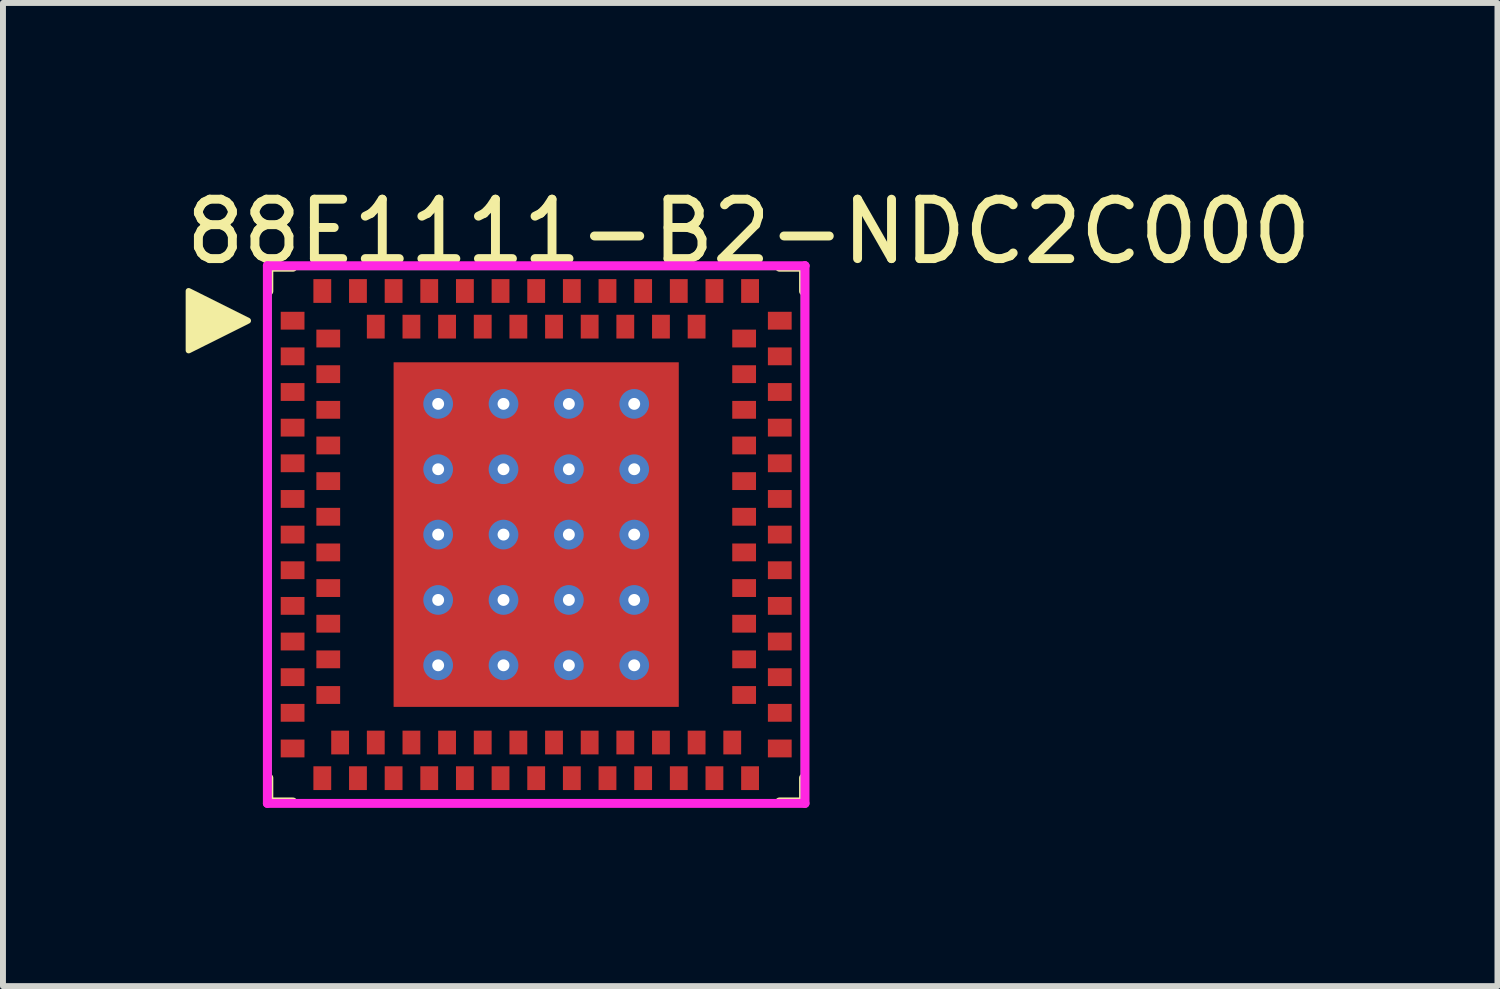
<source format=kicad_pcb>
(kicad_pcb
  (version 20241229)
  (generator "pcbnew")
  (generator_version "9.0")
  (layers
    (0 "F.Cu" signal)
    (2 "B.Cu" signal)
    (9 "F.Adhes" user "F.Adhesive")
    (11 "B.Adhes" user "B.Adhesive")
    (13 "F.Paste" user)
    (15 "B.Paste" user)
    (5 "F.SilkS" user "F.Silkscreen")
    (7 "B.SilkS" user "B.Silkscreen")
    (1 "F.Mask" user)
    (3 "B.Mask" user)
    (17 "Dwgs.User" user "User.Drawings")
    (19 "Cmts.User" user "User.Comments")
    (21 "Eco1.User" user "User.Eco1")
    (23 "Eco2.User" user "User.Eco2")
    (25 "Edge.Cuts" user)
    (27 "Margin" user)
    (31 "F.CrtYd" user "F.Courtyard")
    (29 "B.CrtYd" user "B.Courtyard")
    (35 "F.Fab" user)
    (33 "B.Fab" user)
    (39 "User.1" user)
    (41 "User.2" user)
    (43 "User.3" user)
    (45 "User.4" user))
  (footprint "88E1111-B2-NDC2C000"
    (layer "F.Cu")
    (at 5.975 5.948)
    (property "Reference" "88E1111-B2-NDC2C000" (at -5.975 -5.1 0) (layer "F.SilkS") (effects (font (size 1 1) (thickness 0.15)) (justify left)))
    (attr through_hole)
    (fp_line (start -4.5 -4.5) (end -4.096 -4.5) (stroke (width 0.15) (type solid)) (layer "F.SilkS"))
    (fp_line (start -4.5 -4.096) (end -4.5 -4.5) (stroke (width 0.15) (type solid)) (layer "F.SilkS"))
    (fp_line (start -4.5 4.5) (end -4.5 4.096) (stroke (width 0.15) (type solid)) (layer "F.SilkS"))
    (fp_line (start -4.5 4.5) (end -4.096 4.5) (stroke (width 0.15) (type solid)) (layer "F.SilkS"))
    (fp_line (start 4.096 -4.5) (end 4.5 -4.5) (stroke (width 0.15) (type solid)) (layer "F.SilkS"))
    (fp_line (start 4.096 4.5) (end 4.5 4.5) (stroke (width 0.15) (type solid)) (layer "F.SilkS"))
    (fp_line (start 4.5 -4.096) (end 4.5 -4.5) (stroke (width 0.15) (type solid)) (layer "F.SilkS"))
    (fp_line (start 4.5 4.5) (end 4.5 4.096) (stroke (width 0.15) (type solid)) (layer "F.SilkS"))
    (fp_poly (pts (xy -4.85 -3.6) (xy -5.85 -3.1) (xy -5.85 -4.1)) (stroke (width 0.1) (type solid)) (fill yes) (layer "F.SilkS"))
    (fp_line (start -4.525 -4.525) (end -4.525 4.525) (stroke (width 0.15) (type solid)) (layer "F.CrtYd"))
    (fp_line (start -4.525 4.525) (end 4.525 4.525) (stroke (width 0.15) (type solid)) (layer "F.CrtYd"))
    (fp_line (start 4.525 -4.525) (end -4.525 -4.525) (stroke (width 0.15) (type solid)) (layer "F.CrtYd"))
    (fp_line (start 4.525 -4.525) (end 4.525 -4.525) (stroke (width 0.15) (type solid)) (layer "F.CrtYd"))
    (fp_line (start 4.525 4.525) (end 4.525 -4.525) (stroke (width 0.15) (type solid)) (layer "F.CrtYd"))
    (fp_line (start -4.5 -4.5) (end 4.5 -4.5) (stroke (width 0.1) (type solid)) (layer "F.Fab"))
    (fp_line (start -4.5 4.5) (end -4.5 -4.5) (stroke (width 0.1) (type solid)) (layer "F.Fab"))
    (fp_line (start -4.5 4.5) (end 4.5 4.5) (stroke (width 0.1) (type solid)) (layer "F.Fab"))
    (fp_line (start 4.5 4.5) (end 4.5 -4.5) (stroke (width 0.1) (type solid)) (layer "F.Fab"))
    (pad "A1" smd rect (at -4.1 -3.6 90) (size 0.3 0.4) (layers "F.Cu" "F.Mask" "F.Paste"))
    (pad "A2" smd rect (at -4.1 -3 90) (size 0.3 0.4) (layers "F.Cu" "F.Mask" "F.Paste"))
    (pad "A3" smd rect (at -4.1 -2.4 90) (size 0.3 0.4) (layers "F.Cu" "F.Mask" "F.Paste"))
    (pad "A4" smd rect (at -4.1 -1.8 90) (size 0.3 0.4) (layers "F.Cu" "F.Mask" "F.Paste"))
    (pad "A5" smd rect (at -4.1 -1.2 90) (size 0.3 0.4) (layers "F.Cu" "F.Mask" "F.Paste"))
    (pad "A6" smd rect (at -4.1 -0.6 90) (size 0.3 0.4) (layers "F.Cu" "F.Mask" "F.Paste"))
    (pad "A7" smd rect (at -4.1 -0.000005 90) (size 0.3 0.4) (layers "F.Cu" "F.Mask" "F.Paste"))
    (pad "A8" smd rect (at -4.1 0.6 90) (size 0.3 0.4) (layers "F.Cu" "F.Mask" "F.Paste"))
    (pad "A9" smd rect (at -4.1 1.2 90) (size 0.3 0.4) (layers "F.Cu" "F.Mask" "F.Paste"))
    (pad "A10" smd rect (at -4.1 1.8 90) (size 0.3 0.4) (layers "F.Cu" "F.Mask" "F.Paste"))
    (pad "A11" smd rect (at -4.1 2.4 90) (size 0.3 0.4) (layers "F.Cu" "F.Mask" "F.Paste"))
    (pad "A12" smd rect (at -4.1 3 90) (size 0.3 0.4) (layers "F.Cu" "F.Mask" "F.Paste"))
    (pad "A13" smd rect (at -4.1 3.6 90) (size 0.3 0.4) (layers "F.Cu" "F.Mask" "F.Paste"))
    (pad "A14" smd rect (at -3.6 4.1) (size 0.3 0.4) (layers "F.Cu" "F.Mask" "F.Paste"))
    (pad "A15" smd rect (at -3 4.1) (size 0.3 0.4) (layers "F.Cu" "F.Mask" "F.Paste"))
    (pad "A16" smd rect (at -2.4 4.1) (size 0.3 0.4) (layers "F.Cu" "F.Mask" "F.Paste"))
    (pad "A17" smd rect (at -1.8 4.1) (size 0.3 0.4) (layers "F.Cu" "F.Mask" "F.Paste"))
    (pad "A18" smd rect (at -1.2 4.1) (size 0.3 0.4) (layers "F.Cu" "F.Mask" "F.Paste"))
    (pad "A19" smd rect (at -0.6 4.1) (size 0.3 0.4) (layers "F.Cu" "F.Mask" "F.Paste"))
    (pad "A20" smd rect (at 0.000006 4.1) (size 0.3 0.4) (layers "F.Cu" "F.Mask" "F.Paste"))
    (pad "A21" smd rect (at 0.6 4.1) (size 0.3 0.4) (layers "F.Cu" "F.Mask" "F.Paste"))
    (pad "A22" smd rect (at 1.2 4.1) (size 0.3 0.4) (layers "F.Cu" "F.Mask" "F.Paste"))
    (pad "A23" smd rect (at 1.8 4.1) (size 0.3 0.4) (layers "F.Cu" "F.Mask" "F.Paste"))
    (pad "A24" smd rect (at 2.4 4.1) (size 0.3 0.4) (layers "F.Cu" "F.Mask" "F.Paste"))
    (pad "A25" smd rect (at 3 4.1) (size 0.3 0.4) (layers "F.Cu" "F.Mask" "F.Paste"))
    (pad "A26" smd rect (at 3.6 4.1) (size 0.3 0.4) (layers "F.Cu" "F.Mask" "F.Paste"))
    (pad "A27" smd rect (at 4.1 3.6 90) (size 0.3 0.4) (layers "F.Cu" "F.Mask" "F.Paste"))
    (pad "A28" smd rect (at 4.1 3 90) (size 0.3 0.4) (layers "F.Cu" "F.Mask" "F.Paste"))
    (pad "A29" smd rect (at 4.1 2.4 90) (size 0.3 0.4) (layers "F.Cu" "F.Mask" "F.Paste"))
    (pad "A30" smd rect (at 4.1 1.8 90) (size 0.3 0.4) (layers "F.Cu" "F.Mask" "F.Paste"))
    (pad "A31" smd rect (at 4.1 1.2 90) (size 0.3 0.4) (layers "F.Cu" "F.Mask" "F.Paste"))
    (pad "A32" smd rect (at 4.1 0.6 90) (size 0.3 0.4) (layers "F.Cu" "F.Mask" "F.Paste"))
    (pad "A33" smd rect (at 4.1 -0.000005 90) (size 0.3 0.4) (layers "F.Cu" "F.Mask" "F.Paste"))
    (pad "A34" smd rect (at 4.1 -0.6 90) (size 0.3 0.4) (layers "F.Cu" "F.Mask" "F.Paste"))
    (pad "A35" smd rect (at 4.1 -1.2 90) (size 0.3 0.4) (layers "F.Cu" "F.Mask" "F.Paste"))
    (pad "A36" smd rect (at 4.1 -1.8 90) (size 0.3 0.4) (layers "F.Cu" "F.Mask" "F.Paste"))
    (pad "A37" smd rect (at 4.1 -2.4 90) (size 0.3 0.4) (layers "F.Cu" "F.Mask" "F.Paste"))
    (pad "A38" smd rect (at 4.1 -3 90) (size 0.3 0.4) (layers "F.Cu" "F.Mask" "F.Paste"))
    (pad "A39" smd rect (at 4.1 -3.6 90) (size 0.3 0.4) (layers "F.Cu" "F.Mask" "F.Paste"))
    (pad "A40" smd rect (at 3.6 -4.1) (size 0.3 0.4) (layers "F.Cu" "F.Mask" "F.Paste"))
    (pad "A41" smd rect (at 3 -4.1) (size 0.3 0.4) (layers "F.Cu" "F.Mask" "F.Paste"))
    (pad "A42" smd rect (at 2.4 -4.1) (size 0.3 0.4) (layers "F.Cu" "F.Mask" "F.Paste"))
    (pad "A43" smd rect (at 1.8 -4.1) (size 0.3 0.4) (layers "F.Cu" "F.Mask" "F.Paste"))
    (pad "A44" smd rect (at 1.2 -4.1) (size 0.3 0.4) (layers "F.Cu" "F.Mask" "F.Paste"))
    (pad "A45" smd rect (at 0.6 -4.1) (size 0.3 0.4) (layers "F.Cu" "F.Mask" "F.Paste"))
    (pad "A46" smd rect (at 0.000004 -4.1) (size 0.3 0.4) (layers "F.Cu" "F.Mask" "F.Paste"))
    (pad "A47" smd rect (at -0.6 -4.1) (size 0.3 0.4) (layers "F.Cu" "F.Mask" "F.Paste"))
    (pad "A48" smd rect (at -1.2 -4.1) (size 0.3 0.4) (layers "F.Cu" "F.Mask" "F.Paste"))
    (pad "A49" smd rect (at -1.8 -4.1) (size 0.3 0.4) (layers "F.Cu" "F.Mask" "F.Paste"))
    (pad "A50" smd rect (at -2.4 -4.1) (size 0.3 0.4) (layers "F.Cu" "F.Mask" "F.Paste"))
    (pad "A51" smd rect (at -3 -4.1) (size 0.3 0.4) (layers "F.Cu" "F.Mask" "F.Paste"))
    (pad "A52" smd rect (at -3.6 -4.1) (size 0.3 0.4) (layers "F.Cu" "F.Mask" "F.Paste"))
    (pad "B1" smd rect (at -3.5 -3.3 90) (size 0.3 0.4) (layers "F.Cu" "F.Mask" "F.Paste"))
    (pad "B2" smd rect (at -3.5 -2.7 90) (size 0.3 0.4) (layers "F.Cu" "F.Mask" "F.Paste"))
    (pad "B3" smd rect (at -3.5 -2.1 90) (size 0.3 0.4) (layers "F.Cu" "F.Mask" "F.Paste"))
    (pad "B4" smd rect (at -3.5 -1.5 90) (size 0.3 0.4) (layers "F.Cu" "F.Mask" "F.Paste"))
    (pad "B5" smd rect (at -3.5 -0.9 90) (size 0.3 0.4) (layers "F.Cu" "F.Mask" "F.Paste"))
    (pad "B6" smd rect (at -3.5 -0.3 90) (size 0.3 0.4) (layers "F.Cu" "F.Mask" "F.Paste"))
    (pad "B7" smd rect (at -3.5 0.3 90) (size 0.3 0.4) (layers "F.Cu" "F.Mask" "F.Paste"))
    (pad "B8" smd rect (at -3.5 0.9 90) (size 0.3 0.4) (layers "F.Cu" "F.Mask" "F.Paste"))
    (pad "B9" smd rect (at -3.5 1.5 90) (size 0.3 0.4) (layers "F.Cu" "F.Mask" "F.Paste"))
    (pad "B10" smd rect (at -3.5 2.1 90) (size 0.3 0.4) (layers "F.Cu" "F.Mask" "F.Paste"))
    (pad "B11" smd rect (at -3.5 2.7 90) (size 0.3 0.4) (layers "F.Cu" "F.Mask" "F.Paste"))
    (pad "B12" smd rect (at -3.3 3.5) (size 0.3 0.4) (layers "F.Cu" "F.Mask" "F.Paste"))
    (pad "B13" smd rect (at -2.7 3.5) (size 0.3 0.4) (layers "F.Cu" "F.Mask" "F.Paste"))
    (pad "B14" smd rect (at -2.1 3.5) (size 0.3 0.4) (layers "F.Cu" "F.Mask" "F.Paste"))
    (pad "B15" smd rect (at -1.5 3.5) (size 0.3 0.4) (layers "F.Cu" "F.Mask" "F.Paste"))
    (pad "B16" smd rect (at -0.9 3.5) (size 0.3 0.4) (layers "F.Cu" "F.Mask" "F.Paste"))
    (pad "B17" smd rect (at -0.3 3.5) (size 0.3 0.4) (layers "F.Cu" "F.Mask" "F.Paste"))
    (pad "B18" smd rect (at 0.3 3.5) (size 0.3 0.4) (layers "F.Cu" "F.Mask" "F.Paste"))
    (pad "B19" smd rect (at 0.9 3.5) (size 0.3 0.4) (layers "F.Cu" "F.Mask" "F.Paste"))
    (pad "B20" smd rect (at 1.5 3.5) (size 0.3 0.4) (layers "F.Cu" "F.Mask" "F.Paste"))
    (pad "B21" smd rect (at 2.1 3.5) (size 0.3 0.4) (layers "F.Cu" "F.Mask" "F.Paste"))
    (pad "B22" smd rect (at 2.7 3.5) (size 0.3 0.4) (layers "F.Cu" "F.Mask" "F.Paste"))
    (pad "B23" smd rect (at 3.3 3.5) (size 0.3 0.4) (layers "F.Cu" "F.Mask" "F.Paste"))
    (pad "B24" smd rect (at 3.5 2.7 90) (size 0.3 0.4) (layers "F.Cu" "F.Mask" "F.Paste"))
    (pad "B25" smd rect (at 3.5 2.1 90) (size 0.3 0.4) (layers "F.Cu" "F.Mask" "F.Paste"))
    (pad "B26" smd rect (at 3.5 1.5 90) (size 0.3 0.4) (layers "F.Cu" "F.Mask" "F.Paste"))
    (pad "B27" smd rect (at 3.5 0.9 90) (size 0.3 0.4) (layers "F.Cu" "F.Mask" "F.Paste"))
    (pad "B28" smd rect (at 3.5 0.3 90) (size 0.3 0.4) (layers "F.Cu" "F.Mask" "F.Paste"))
    (pad "B29" smd rect (at 3.5 -0.3 90) (size 0.3 0.4) (layers "F.Cu" "F.Mask" "F.Paste"))
    (pad "B30" smd rect (at 3.5 -0.9 90) (size 0.3 0.4) (layers "F.Cu" "F.Mask" "F.Paste"))
    (pad "B31" smd rect (at 3.5 -1.5 90) (size 0.3 0.4) (layers "F.Cu" "F.Mask" "F.Paste"))
    (pad "B32" smd rect (at 3.5 -2.1 90) (size 0.3 0.4) (layers "F.Cu" "F.Mask" "F.Paste"))
    (pad "B33" smd rect (at 3.5 -2.7 90) (size 0.3 0.4) (layers "F.Cu" "F.Mask" "F.Paste"))
    (pad "B34" smd rect (at 3.5 -3.3 90) (size 0.3 0.4) (layers "F.Cu" "F.Mask" "F.Paste"))
    (pad "B35" smd rect (at 2.7 -3.5) (size 0.3 0.4) (layers "F.Cu" "F.Mask" "F.Paste"))
    (pad "B36" smd rect (at 2.1 -3.5) (size 0.3 0.4) (layers "F.Cu" "F.Mask" "F.Paste"))
    (pad "B37" smd rect (at 1.5 -3.5) (size 0.3 0.4) (layers "F.Cu" "F.Mask" "F.Paste"))
    (pad "B38" smd rect (at 0.9 -3.5) (size 0.3 0.4) (layers "F.Cu" "F.Mask" "F.Paste"))
    (pad "B39" smd rect (at 0.3 -3.5) (size 0.3 0.4) (layers "F.Cu" "F.Mask" "F.Paste"))
    (pad "B40" smd rect (at -0.3 -3.5) (size 0.3 0.4) (layers "F.Cu" "F.Mask" "F.Paste"))
    (pad "B41" smd rect (at -0.9 -3.5) (size 0.3 0.4) (layers "F.Cu" "F.Mask" "F.Paste"))
    (pad "B42" smd rect (at -1.5 -3.5) (size 0.3 0.4) (layers "F.Cu" "F.Mask" "F.Paste"))
    (pad "B43" smd rect (at -2.1 -3.5) (size 0.3 0.4) (layers "F.Cu" "F.Mask" "F.Paste"))
    (pad "B44" smd rect (at -2.7 -3.5) (size 0.3 0.4) (layers "F.Cu" "F.Mask" "F.Paste"))
    (pad "B45" smd rect (at 0.000004 -0.000003) (size 4.8 5.8) (layers "F.Cu" "F.Mask" "F.Paste"))
    (pad "~" thru_hole circle (at -1.65 -2.2) (size 0.5 0.5) (drill 0.2) (layers "*.Cu"))
    (pad "~" thru_hole circle (at -1.65 -1.1) (size 0.5 0.5) (drill 0.2) (layers "*.Cu"))
    (pad "~" thru_hole circle (at -1.65 -0.000003) (size 0.5 0.5) (drill 0.2) (layers "*.Cu"))
    (pad "~" thru_hole circle (at -1.65 1.1) (size 0.5 0.5) (drill 0.2) (layers "*.Cu"))
    (pad "~" thru_hole circle (at -1.65 2.2) (size 0.5 0.5) (drill 0.2) (layers "*.Cu"))
    (pad "~" thru_hole circle (at -0.55 -2.2) (size 0.5 0.5) (drill 0.2) (layers "*.Cu"))
    (pad "~" thru_hole circle (at -0.55 -1.1) (size 0.5 0.5) (drill 0.2) (layers "*.Cu"))
    (pad "~" thru_hole circle (at -0.55 -0.000003) (size 0.5 0.5) (drill 0.2) (layers "*.Cu"))
    (pad "~" thru_hole circle (at -0.55 1.1) (size 0.5 0.5) (drill 0.2) (layers "*.Cu"))
    (pad "~" thru_hole circle (at -0.55 2.2) (size 0.5 0.5) (drill 0.2) (layers "*.Cu"))
    (pad "~" thru_hole circle (at 0.55 -2.2) (size 0.5 0.5) (drill 0.2) (layers "*.Cu"))
    (pad "~" thru_hole circle (at 0.55 -1.1) (size 0.5 0.5) (drill 0.2) (layers "*.Cu"))
    (pad "~" thru_hole circle (at 0.55 -0.000003) (size 0.5 0.5) (drill 0.2) (layers "*.Cu"))
    (pad "~" thru_hole circle (at 0.55 1.1) (size 0.5 0.5) (drill 0.2) (layers "*.Cu"))
    (pad "~" thru_hole circle (at 0.55 2.2) (size 0.5 0.5) (drill 0.2) (layers "*.Cu"))
    (pad "~" thru_hole circle (at 1.65 -2.2) (size 0.5 0.5) (drill 0.2) (layers "*.Cu"))
    (pad "~" thru_hole circle (at 1.65 -1.1) (size 0.5 0.5) (drill 0.2) (layers "*.Cu"))
    (pad "~" thru_hole circle (at 1.65 -0.000003) (size 0.5 0.5) (drill 0.2) (layers "*.Cu"))
    (pad "~" thru_hole circle (at 1.65 1.1) (size 0.5 0.5) (drill 0.2) (layers "*.Cu"))
    (pad "~" thru_hole circle (at 1.65 2.2) (size 0.5 0.5) (drill 0.2) (layers "*.Cu")))
  (gr_rect
    (start -3 -3)
    (end 22.155 13.548)
    (stroke (width 0.1) (type default))
    (fill no)
    (layer "Edge.Cuts")))
</source>
